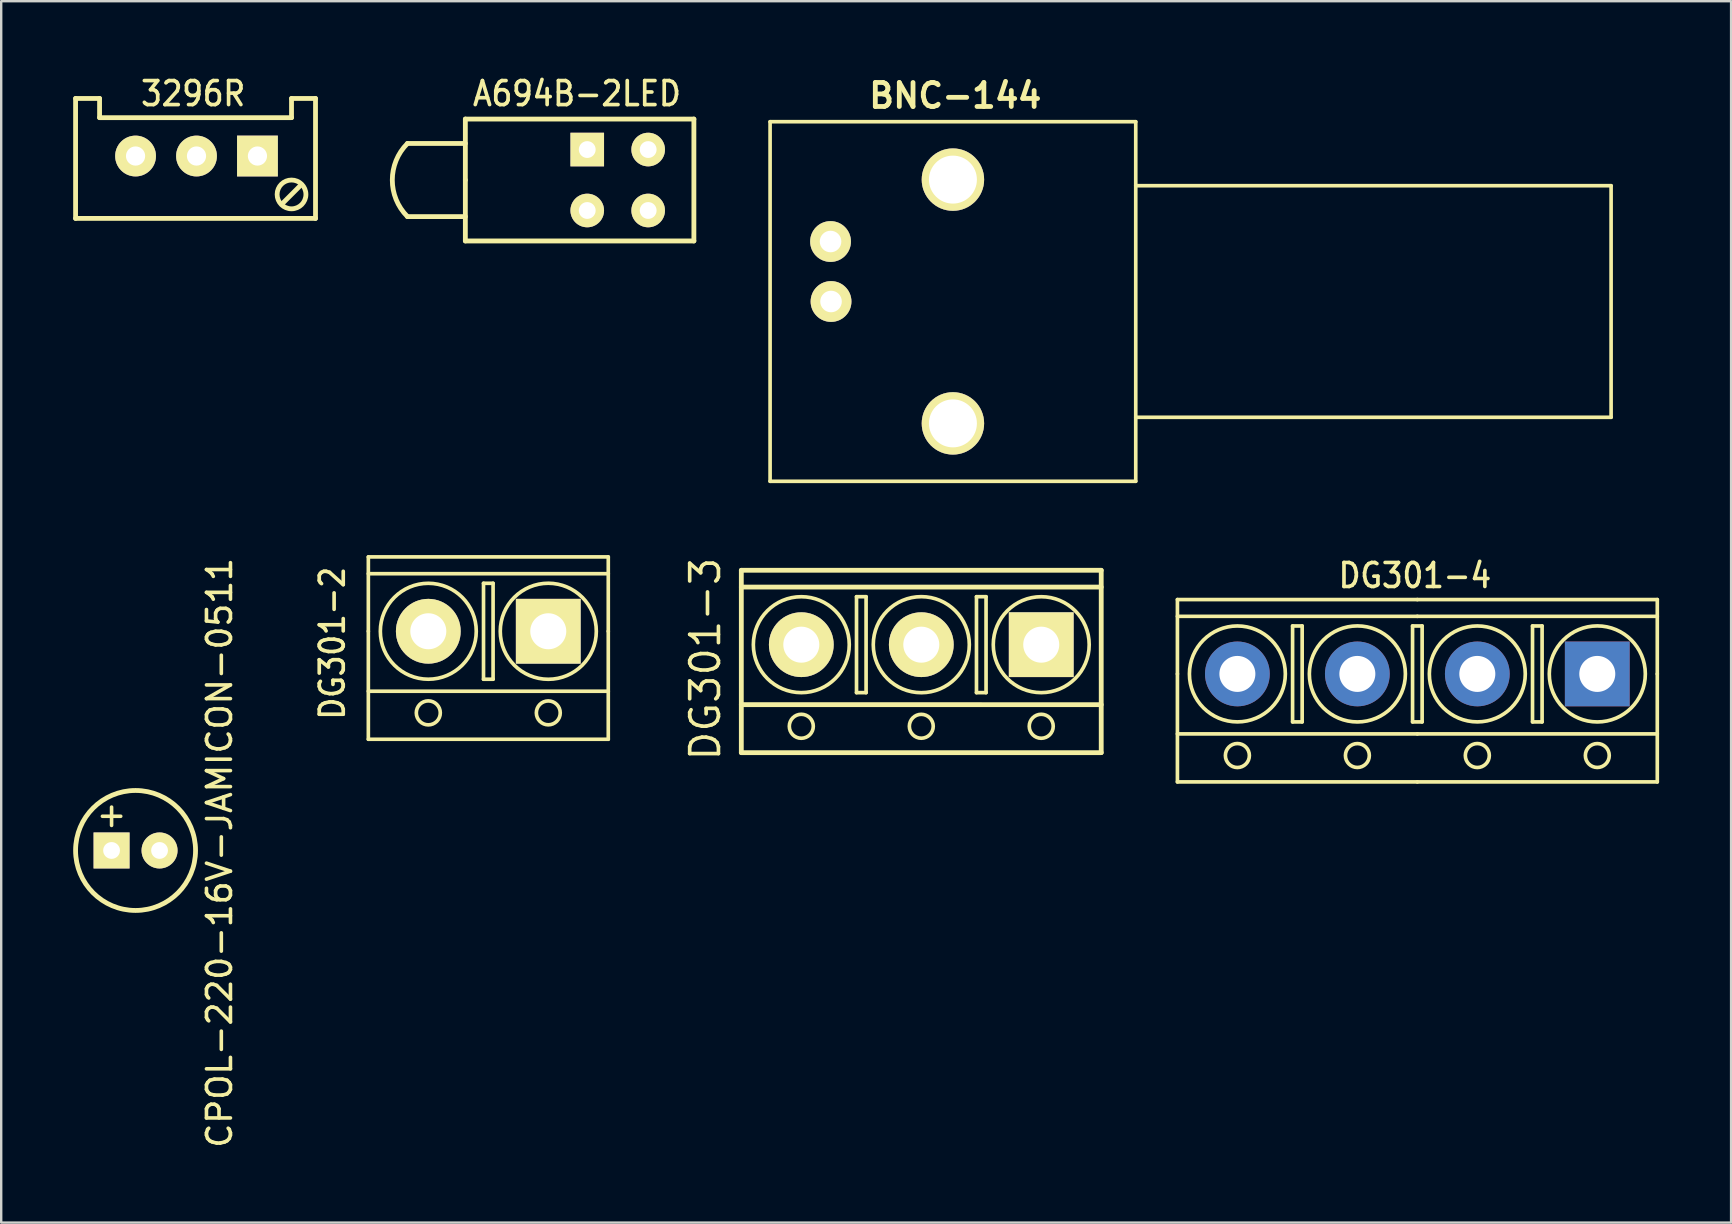
<source format=kicad_pcb>
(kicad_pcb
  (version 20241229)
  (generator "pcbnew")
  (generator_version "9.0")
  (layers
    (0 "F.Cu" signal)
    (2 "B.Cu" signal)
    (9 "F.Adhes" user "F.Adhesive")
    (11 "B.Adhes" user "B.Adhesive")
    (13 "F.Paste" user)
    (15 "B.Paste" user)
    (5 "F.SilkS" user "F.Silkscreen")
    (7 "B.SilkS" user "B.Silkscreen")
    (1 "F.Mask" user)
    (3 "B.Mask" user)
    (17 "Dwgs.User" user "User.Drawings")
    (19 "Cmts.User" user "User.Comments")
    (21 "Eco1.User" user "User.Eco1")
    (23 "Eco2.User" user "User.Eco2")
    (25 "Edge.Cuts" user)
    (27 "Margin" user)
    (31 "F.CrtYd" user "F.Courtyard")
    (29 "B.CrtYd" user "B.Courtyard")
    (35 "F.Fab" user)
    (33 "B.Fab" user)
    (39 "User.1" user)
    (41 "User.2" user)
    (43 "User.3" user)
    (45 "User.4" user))
  (footprint "DG301-4"
    (layer "F.Cu")
    (at 58.522 25.038)
    (property "Reference" "DG301-4" (at -2.6 -4.1 0) (layer "F.SilkS") (effects (font (size 1 0.9) (thickness 0.152))))
    (attr through_hole)
    (fp_line (start -12.499 -3.099) (end -2.499 -3.099) (stroke (width 0.152) (type solid)) (layer "F.SilkS"))
    (fp_line (start -12.499 -2.4) (end -2.499 -2.4) (stroke (width 0.152) (type solid)) (layer "F.SilkS"))
    (fp_line (start -12.499 0) (end -12.499 -3.099) (stroke (width 0.152) (type solid)) (layer "F.SilkS"))
    (fp_line (start -12.499 0) (end -12.499 4.501) (stroke (width 0.152) (type solid)) (layer "F.SilkS"))
    (fp_line (start -12.499 2.499) (end -2.499 2.499) (stroke (width 0.152) (type solid)) (layer "F.SilkS"))
    (fp_line (start -12.499 4.501) (end -2.499 4.501) (stroke (width 0.152) (type solid)) (layer "F.SilkS"))
    (fp_line (start -7.699 -1.999) (end -7.3 -1.999) (stroke (width 0.152) (type solid)) (layer "F.SilkS"))
    (fp_line (start -7.699 1.999) (end -7.699 -1.999) (stroke (width 0.152) (type solid)) (layer "F.SilkS"))
    (fp_line (start -7.3 -1.999) (end -7.3 1.999) (stroke (width 0.152) (type solid)) (layer "F.SilkS"))
    (fp_line (start -7.3 1.999) (end -7.699 1.999) (stroke (width 0.152) (type solid)) (layer "F.SilkS"))
    (fp_line (start -2.699 -1.999) (end -2.3 -1.999) (stroke (width 0.152) (type solid)) (layer "F.SilkS"))
    (fp_line (start -2.699 1.999) (end -2.699 -1.999) (stroke (width 0.152) (type solid)) (layer "F.SilkS"))
    (fp_line (start -2.499 -3.099) (end 7.501 -3.099) (stroke (width 0.152) (type solid)) (layer "F.SilkS"))
    (fp_line (start -2.499 -2.4) (end 7.501 -2.4) (stroke (width 0.152) (type solid)) (layer "F.SilkS"))
    (fp_line (start -2.499 2.499) (end 7.501 2.499) (stroke (width 0.152) (type solid)) (layer "F.SilkS"))
    (fp_line (start -2.499 4.501) (end 7.501 4.501) (stroke (width 0.152) (type solid)) (layer "F.SilkS"))
    (fp_line (start -2.3 -1.999) (end -2.3 1.999) (stroke (width 0.152) (type solid)) (layer "F.SilkS"))
    (fp_line (start -2.3 1.999) (end -2.699 1.999) (stroke (width 0.152) (type solid)) (layer "F.SilkS"))
    (fp_line (start 2.301 -1.999) (end 2.7 -1.999) (stroke (width 0.152) (type solid)) (layer "F.SilkS"))
    (fp_line (start 2.301 1.999) (end 2.301 -1.999) (stroke (width 0.152) (type solid)) (layer "F.SilkS"))
    (fp_line (start 2.7 -1.999) (end 2.7 1.999) (stroke (width 0.152) (type solid)) (layer "F.SilkS"))
    (fp_line (start 2.7 1.999) (end 2.301 1.999) (stroke (width 0.152) (type solid)) (layer "F.SilkS"))
    (fp_line (start 7.501 0) (end 7.501 -3.099) (stroke (width 0.152) (type solid)) (layer "F.SilkS"))
    (fp_line (start 7.501 4.501) (end 7.501 0) (stroke (width 0.152) (type solid)) (layer "F.SilkS"))
    (fp_circle (center -10 0) (end -8.001 0) (stroke (width 0.152) (type solid)) (fill no) (layer "F.SilkS"))
    (fp_circle (center -10 3.401) (end -9.5 3.401) (stroke (width 0.152) (type solid)) (fill no) (layer "F.SilkS"))
    (fp_circle (center -4.999 0) (end -3 -0.099) (stroke (width 0.152) (type solid)) (fill no) (layer "F.SilkS"))
    (fp_circle (center -4.999 3.401) (end -4.501 3.401) (stroke (width 0.152) (type solid)) (fill no) (layer "F.SilkS"))
    (fp_circle (center 0 0) (end 1.999 0) (stroke (width 0.152) (type solid)) (fill no) (layer "F.SilkS"))
    (fp_circle (center 0 3.401) (end 0.5 3.401) (stroke (width 0.152) (type solid)) (fill no) (layer "F.SilkS"))
    (fp_circle (center 5.001 0) (end 7 -0.099) (stroke (width 0.152) (type solid)) (fill no) (layer "F.SilkS"))
    (fp_circle (center 5.001 3.401) (end 5.499 3.401) (stroke (width 0.152) (type solid)) (fill no) (layer "F.SilkS"))
    (pad "1" thru_hole rect (at 5 0) (size 2.7 2.7) (drill 1.501) (layers "*.Cu" "*.Paste" "*.Mask"))
    (pad "2" thru_hole circle (at 0 0) (size 2.7 2.7) (drill 1.501) (layers "*.Cu" "*.Paste" "*.Mask"))
    (pad "3" thru_hole circle (at -5 0) (size 2.7 2.7) (drill 1.5) (layers "*.Cu" "*.Paste" "*.Mask"))
    (pad "4" thru_hole circle (at -10 0) (size 2.7 2.7) (drill 1.5) (layers "*.Cu" "*.Paste" "*.Mask")))
  (footprint "A694B-2LED"
    (layer "F.Cu")
    (at 21.425 4.453)
    (property "Reference" "A694B-2LED" (at -0.43 -3.6 0) (layer "F.SilkS") (effects (font (size 1.001 0.899) (thickness 0.152))))
    (attr through_hole)
    (fp_line (start -7.493 -1.524) (end -5.08 -1.524) (stroke (width 0.201) (type solid)) (layer "F.SilkS"))
    (fp_line (start -7.493 1.524) (end -5.08 1.524) (stroke (width 0.201) (type solid)) (layer "F.SilkS"))
    (fp_line (start -5.08 -2.54) (end 4.445 -2.54) (stroke (width 0.201) (type solid)) (layer "F.SilkS"))
    (fp_line (start -5.08 0) (end -5.08 -2.54) (stroke (width 0.201) (type solid)) (layer "F.SilkS"))
    (fp_line (start -5.08 0) (end -5.08 2.54) (stroke (width 0.201) (type solid)) (layer "F.SilkS"))
    (fp_line (start -5.08 2.54) (end 4.445 2.54) (stroke (width 0.201) (type solid)) (layer "F.SilkS"))
    (fp_line (start 4.445 -2.54) (end 4.445 2.54) (stroke (width 0.201) (type solid)) (layer "F.SilkS"))
    (fp_arc (start -7.493 1.524) (mid -8.124261 0) (end -7.493 -1.524) (stroke (width 0.20066) (type solid)) (layer "F.SilkS"))
    (pad "1" thru_hole rect (at 0 -1.27) (size 1.4 1.4) (drill 0.701) (layers "*.Cu" "*.Mask" "F.SilkS"))
    (pad "2" thru_hole circle (at 0 1.27) (size 1.4 1.4) (drill 0.701) (layers "*.Cu" "*.Mask" "F.SilkS"))
    (pad "3" thru_hole circle (at 2.54 -1.27) (size 1.4 1.4) (drill 0.701) (layers "*.Cu" "*.Mask" "F.SilkS"))
    (pad "4" thru_hole circle (at 2.54 1.27) (size 1.4 1.4) (drill 0.701) (layers "*.Cu" "*.Mask" "F.SilkS")))
  (footprint "DG301-2"
    (layer "F.Cu")
    (at 14.801 23.26)
    (property "Reference" "DG301-2" (at -4 0.5 90) (layer "F.SilkS") (effects (font (size 1 0.9) (thickness 0.152))))
    (attr through_hole)
    (fp_line (start -2.499 -3.099) (end 7.501 -3.099) (stroke (width 0.152) (type solid)) (layer "F.SilkS"))
    (fp_line (start -2.499 -2.4) (end 7.501 -2.4) (stroke (width 0.152) (type solid)) (layer "F.SilkS"))
    (fp_line (start -2.499 0) (end -2.499 -3.099) (stroke (width 0.152) (type solid)) (layer "F.SilkS"))
    (fp_line (start -2.499 0) (end -2.499 4.501) (stroke (width 0.152) (type solid)) (layer "F.SilkS"))
    (fp_line (start -2.499 2.499) (end 7.501 2.499) (stroke (width 0.152) (type solid)) (layer "F.SilkS"))
    (fp_line (start -2.499 4.501) (end 7.501 4.501) (stroke (width 0.152) (type solid)) (layer "F.SilkS"))
    (fp_line (start 2.301 -1.999) (end 2.7 -1.999) (stroke (width 0.152) (type solid)) (layer "F.SilkS"))
    (fp_line (start 2.301 1.999) (end 2.301 -1.999) (stroke (width 0.152) (type solid)) (layer "F.SilkS"))
    (fp_line (start 2.7 -1.999) (end 2.7 1.999) (stroke (width 0.152) (type solid)) (layer "F.SilkS"))
    (fp_line (start 2.7 1.999) (end 2.301 1.999) (stroke (width 0.152) (type solid)) (layer "F.SilkS"))
    (fp_line (start 7.501 0) (end 7.501 -3.099) (stroke (width 0.152) (type solid)) (layer "F.SilkS"))
    (fp_line (start 7.501 4.501) (end 7.501 0) (stroke (width 0.152) (type solid)) (layer "F.SilkS"))
    (fp_circle (center 0 0) (end 1.999 0) (stroke (width 0.152) (type solid)) (fill no) (layer "F.SilkS"))
    (fp_circle (center 0 3.401) (end 0.5 3.401) (stroke (width 0.152) (type solid)) (fill no) (layer "F.SilkS"))
    (fp_circle (center 5.001 0) (end 7 -0.099) (stroke (width 0.152) (type solid)) (fill no) (layer "F.SilkS"))
    (fp_circle (center 5.001 3.401) (end 5.499 3.401) (stroke (width 0.152) (type solid)) (fill no) (layer "F.SilkS"))
    (pad "1" thru_hole rect (at 5 0) (size 2.7 2.7) (drill 1.501) (layers "*.Cu" "*.Paste" "*.Mask" "F.SilkS"))
    (pad "2" thru_hole circle (at 0 0) (size 2.7 2.7) (drill 1.501) (layers "*.Cu" "*.Mask" "F.SilkS")))
  (footprint "CPOL-220-16V-JAMICON-0511"
    (layer "F.Cu")
    (at 2.6 32.396)
    (property "Reference" "CPOL-220-16V-JAMICON-0511" (at 3.5 0.1 90) (layer "F.SilkS") (effects (font (size 1 1) (thickness 0.15))))
    (attr through_hole)
    (fp_circle (center 0 0) (end 2.5 0) (stroke (width 0.2) (type solid)) (fill no) (layer "F.SilkS"))
    (fp_text user "+" (at -1 -1.5 0) (layer "F.SilkS") (effects (font (size 1 1) (thickness 0.15))))
    (pad "1" thru_hole rect (at -1 0) (size 1.5 1.5) (drill 0.7) (layers "*.Cu" "*.Mask" "F.SilkS"))
    (pad "2" thru_hole circle (at 1 0) (size 1.5 1.5) (drill 0.7) (layers "*.Cu" "*.Mask" "F.SilkS")))
  (footprint "3296R"
    (layer "F.Cu")
    (at 2.6 3.453)
    (property "Reference" "3296R" (at 2.4 -2.6 180) (layer "F.SilkS") (effects (font (size 1.001 0.899) (thickness 0.152))))
    (attr through_hole)
    (fp_line (start -2.5 -2.4) (end -1.5 -2.4) (stroke (width 0.2) (type solid)) (layer "F.SilkS"))
    (fp_line (start -2.5 2.6) (end -2.5 -2.4) (stroke (width 0.2) (type solid)) (layer "F.SilkS"))
    (fp_line (start -2.5 2.6) (end 7.5 2.6) (stroke (width 0.2) (type solid)) (layer "F.SilkS"))
    (fp_line (start -1.5 -2.4) (end -1.5 -1.6) (stroke (width 0.2) (type solid)) (layer "F.SilkS"))
    (fp_line (start 6.5 -2.4) (end 6.5 -1.6) (stroke (width 0.2) (type solid)) (layer "F.SilkS"))
    (fp_line (start 6.5 -2.4) (end 7.5 -2.4) (stroke (width 0.2) (type solid)) (layer "F.SilkS"))
    (fp_line (start 6.5 -1.6) (end -1.5 -1.6) (stroke (width 0.2) (type solid)) (layer "F.SilkS"))
    (fp_line (start 6.9 1.2) (end 6.1 2) (stroke (width 0.2) (type solid)) (layer "F.SilkS"))
    (fp_line (start 7.5 -2.4) (end 7.5 2.6) (stroke (width 0.2) (type solid)) (layer "F.SilkS"))
    (fp_circle (center 6.5 1.6) (end 7.1 1.6) (stroke (width 0.2) (type solid)) (fill no) (layer "F.SilkS"))
    (pad "1" thru_hole rect (at 5.08 0) (size 1.7 1.7) (drill 0.8) (layers "*.Cu" "*.Mask" "F.SilkS"))
    (pad "2" thru_hole circle (at 2.54 0 90) (size 1.7 1.7) (drill 0.8) (layers "*.Cu" "*.Mask" "F.SilkS"))
    (pad "3" thru_hole circle (at 0 0) (size 1.7 1.7) (drill 0.8) (layers "*.Cu" "*.Mask" "F.SilkS")))
  (footprint "DG301-3"
    (layer "F.Cu")
    (at 30.347 23.819)
    (property "Reference" "DG301-3" (at -4 0.599 90) (layer "F.SilkS") (effects (font (size 1.199 1.199) (thickness 0.152))))
    (attr through_hole)
    (fp_line (start -2.5 -3.1) (end 12.5 -3.1) (stroke (width 0.2) (type solid)) (layer "F.SilkS"))
    (fp_line (start -2.5 -2.4) (end 12.5 -2.4) (stroke (width 0.2) (type solid)) (layer "F.SilkS"))
    (fp_line (start -2.5 2.5) (end 12.5 2.5) (stroke (width 0.2) (type solid)) (layer "F.SilkS"))
    (fp_line (start -2.5 4.5) (end -2.5 -3.1) (stroke (width 0.2) (type solid)) (layer "F.SilkS"))
    (fp_line (start -2.5 4.5) (end 12.5 4.5) (stroke (width 0.2) (type solid)) (layer "F.SilkS"))
    (fp_line (start -2.499 2.499) (end 7.501 2.499) (stroke (width 0.152) (type solid)) (layer "F.SilkS"))
    (fp_line (start 2.301 -1.999) (end 2.7 -1.999) (stroke (width 0.152) (type solid)) (layer "F.SilkS"))
    (fp_line (start 2.301 1.999) (end 2.301 -1.999) (stroke (width 0.152) (type solid)) (layer "F.SilkS"))
    (fp_line (start 2.7 -1.999) (end 2.7 1.999) (stroke (width 0.152) (type solid)) (layer "F.SilkS"))
    (fp_line (start 2.7 1.999) (end 2.301 1.999) (stroke (width 0.152) (type solid)) (layer "F.SilkS"))
    (fp_line (start 7.301 -1.999) (end 7.7 -1.999) (stroke (width 0.152) (type solid)) (layer "F.SilkS"))
    (fp_line (start 7.301 1.999) (end 7.301 -1.999) (stroke (width 0.152) (type solid)) (layer "F.SilkS"))
    (fp_line (start 7.7 -1.999) (end 7.7 1.999) (stroke (width 0.152) (type solid)) (layer "F.SilkS"))
    (fp_line (start 7.7 1.999) (end 7.301 1.999) (stroke (width 0.152) (type solid)) (layer "F.SilkS"))
    (fp_line (start 12.5 -3.1) (end 12.5 4.5) (stroke (width 0.2) (type solid)) (layer "F.SilkS"))
    (fp_circle (center 0 0) (end 1.999 0) (stroke (width 0.152) (type solid)) (fill no) (layer "F.SilkS"))
    (fp_circle (center 0 3.401) (end 0.5 3.401) (stroke (width 0.152) (type solid)) (fill no) (layer "F.SilkS"))
    (fp_circle (center 5.001 0) (end 7 -0.099) (stroke (width 0.152) (type solid)) (fill no) (layer "F.SilkS"))
    (fp_circle (center 5.001 3.401) (end 5.499 3.401) (stroke (width 0.152) (type solid)) (fill no) (layer "F.SilkS"))
    (fp_circle (center 10 0) (end 11.999 0) (stroke (width 0.152) (type solid)) (fill no) (layer "F.SilkS"))
    (fp_circle (center 10 3.401) (end 10.5 3.401) (stroke (width 0.152) (type solid)) (fill no) (layer "F.SilkS"))
    (pad "1" thru_hole rect (at 10 0) (size 2.7 2.7) (drill 1.501) (layers "*.Cu" "*.Mask" "F.SilkS"))
    (pad "2" thru_hole circle (at 5.001 0) (size 2.7 2.7) (drill 1.501) (layers "*.Cu" "*.Mask" "F.SilkS"))
    (pad "3" thru_hole circle (at 0 0) (size 2.7 2.7) (drill 1.501) (layers "*.Cu" "*.Mask" "F.SilkS")))
  (footprint "BNC-144"
    (layer "F.Cu")
    (at 31.566 9.536)
    (property "Reference" "BNC-144" (at 5.199 -8.6 0) (layer "F.SilkS") (effects (font (size 1 1) (thickness 0.2))))
    (attr through_hole)
    (fp_line (start -2.52 -7.513) (end 12.72 -7.513) (stroke (width 0.152) (type solid)) (layer "F.SilkS"))
    (fp_line (start -2.52 7.473) (end -2.52 -7.513) (stroke (width 0.152) (type solid)) (layer "F.SilkS"))
    (fp_line (start 12.72 -7.513) (end 12.72 7.473) (stroke (width 0.152) (type solid)) (layer "F.SilkS"))
    (fp_line (start 12.72 -4.846) (end 32.532 -4.846) (stroke (width 0.152) (type solid)) (layer "F.SilkS"))
    (fp_line (start 12.72 7.473) (end -2.52 7.473) (stroke (width 0.152) (type solid)) (layer "F.SilkS"))
    (fp_line (start 32.532 -4.846) (end 32.532 4.806) (stroke (width 0.152) (type solid)) (layer "F.SilkS"))
    (fp_line (start 32.532 4.806) (end 12.72 4.806) (stroke (width 0.152) (type solid)) (layer "F.SilkS"))
    (pad "" thru_hole circle (at 5.1 -5.1) (size 2.601 2.601) (drill 1.999) (layers "*.Cu" "*.Mask" "F.SilkS"))
    (pad "" thru_hole circle (at 5.1 5.06) (size 2.601 2.601) (drill 1.999) (layers "*.Cu" "*.Mask" "F.SilkS"))
    (pad "1" thru_hole circle (at 0.02 -0.02) (size 1.7 1.7) (drill 0.899) (layers "*.Cu" "*.Mask" "F.SilkS"))
    (pad "2" thru_hole circle (at 0 -2.52) (size 1.7 1.7) (drill 0.899) (layers "*.Cu" "*.Mask" "F.SilkS")))
  (gr_rect
    (start -3 -3)
    (end 69.099 47.907)
    (stroke (width 0.1) (type default))
    (fill no)
    (layer "Edge.Cuts")))
</source>
